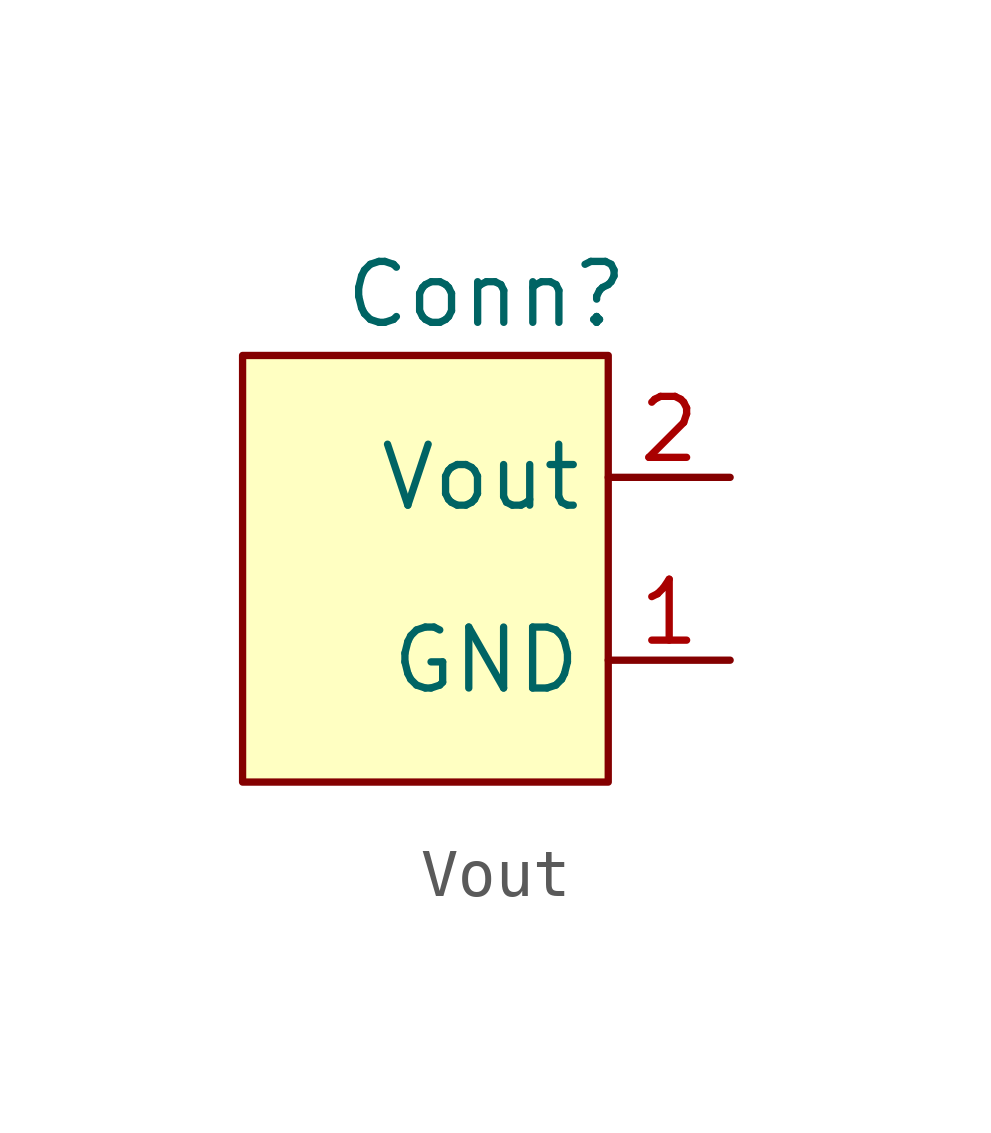
<source format=kicad_sym>
(kicad_symbol_lib
  (version 20220914)
  (generator kicad_symbol_editor)
  (symbol "Vout"
    (property "Reference" "Conn"
      (at 0 0 0)
      (effects (font (size 1.27 1.27))))
    (property "Value" ""
      (at 0 0 0)
      (effects (font (size 1.27 1.27))))
    (symbol "Vout_1_1"
      (rectangle (start -5.08 -1.27) (end 2.54 -10.16) (stroke (width 0) (type default)) (fill (type background)))
      (pin power_in line (at 5.08 -7.62 180) (length 2.54) (name "GND" (effects (font (size 1.27 1.27)))) (number "1" (effects (font (size 1.27 1.27)))))
      (pin power_in line (at 5.08 -3.81 180) (length 2.54) (name "Vout" (effects (font (size 1.27 1.27)))) (number "2" (effects (font (size 1.27 1.27))))))))
</source>
